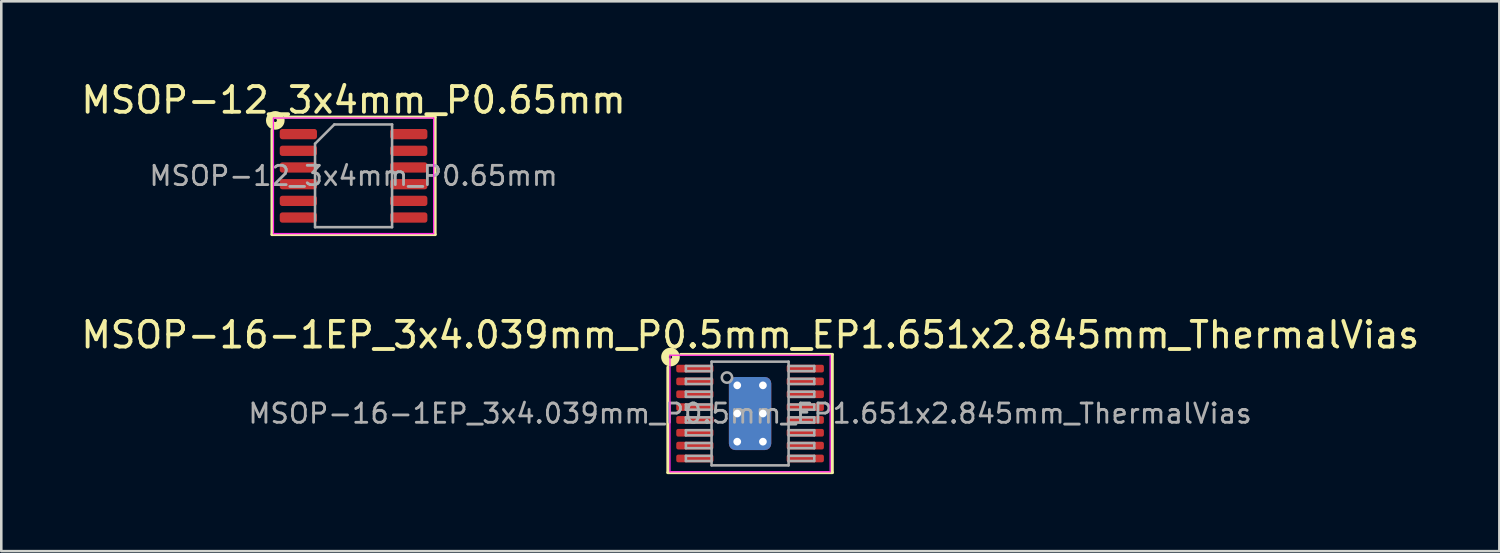
<source format=kicad_pcb>
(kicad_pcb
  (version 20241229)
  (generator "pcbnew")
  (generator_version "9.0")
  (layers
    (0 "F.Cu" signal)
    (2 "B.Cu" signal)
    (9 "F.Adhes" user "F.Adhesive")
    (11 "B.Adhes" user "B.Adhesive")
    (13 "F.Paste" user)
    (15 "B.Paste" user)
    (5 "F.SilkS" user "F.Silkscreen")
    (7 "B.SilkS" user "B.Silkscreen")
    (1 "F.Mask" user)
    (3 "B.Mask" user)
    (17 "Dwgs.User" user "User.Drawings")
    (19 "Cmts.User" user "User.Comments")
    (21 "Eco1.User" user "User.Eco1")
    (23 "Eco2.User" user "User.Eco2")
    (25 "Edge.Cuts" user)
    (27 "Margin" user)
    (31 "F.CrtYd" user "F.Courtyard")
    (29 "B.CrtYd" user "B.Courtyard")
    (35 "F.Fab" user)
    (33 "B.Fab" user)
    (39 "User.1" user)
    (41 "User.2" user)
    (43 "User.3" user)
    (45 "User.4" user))
  (footprint "MSOP-12_3x4mm_P0.65mm"
    (layer "F.Cu")
    (at 10.72 3.798)
    (property "Reference" "MSOP-12_3x4mm_P0.65mm" (at 0 -2.95 0) (layer "F.SilkS") (effects (font (size 1 1) (thickness 0.15))))
    (attr smd)
    (fp_line (start -3.175 2.286) (end -3.175 -1.778) (stroke (width 0.12) (type solid)) (layer "F.SilkS"))
    (fp_line (start -2.667 -2.286) (end 3.111 -2.286) (stroke (width 0.12) (type solid)) (layer "F.SilkS"))
    (fp_line (start 3.111 -2.286) (end 3.175 -2.286) (stroke (width 0.12) (type solid)) (layer "F.SilkS"))
    (fp_line (start 3.175 -2.286) (end 3.175 2.286) (stroke (width 0.12) (type solid)) (layer "F.SilkS"))
    (fp_line (start 3.175 2.286) (end -3.175 2.286) (stroke (width 0.12) (type solid)) (layer "F.SilkS"))
    (fp_circle (center -3.048 -2.159) (end -2.985 -2.159) (stroke (width 0.3) (type solid)) (fill no) (layer "F.SilkS"))
    (fp_line (start -3.12 -2.25) (end -3.12 2.25) (stroke (width 0.05) (type solid)) (layer "F.CrtYd"))
    (fp_line (start -3.12 2.25) (end 3.12 2.25) (stroke (width 0.05) (type solid)) (layer "F.CrtYd"))
    (fp_line (start 3.12 -2.25) (end -3.12 -2.25) (stroke (width 0.05) (type solid)) (layer "F.CrtYd"))
    (fp_line (start 3.12 2.25) (end 3.12 -2.25) (stroke (width 0.05) (type solid)) (layer "F.CrtYd"))
    (fp_line (start -1.5 -1.25) (end -0.75 -2) (stroke (width 0.1) (type solid)) (layer "F.Fab"))
    (fp_line (start -1.5 2) (end -1.5 -1.25) (stroke (width 0.1) (type solid)) (layer "F.Fab"))
    (fp_line (start -0.75 -2) (end 1.5 -2) (stroke (width 0.1) (type solid)) (layer "F.Fab"))
    (fp_line (start 1.5 -2) (end 1.5 2) (stroke (width 0.1) (type solid)) (layer "F.Fab"))
    (fp_line (start 1.5 2) (end -1.5 2) (stroke (width 0.1) (type solid)) (layer "F.Fab"))
    (fp_text user "${REFERENCE}" (at 0 0 0) (layer "F.Fab") (effects (font (size 0.75 0.75) (thickness 0.11))))
    (pad "1" smd roundrect (at -2.15 -1.625) (size 1.45 0.4) (layers "F.Cu" "F.Mask" "F.Paste") (roundrect_rratio 0.25))
    (pad "2" smd roundrect (at -2.15 -0.975) (size 1.45 0.4) (layers "F.Cu" "F.Mask" "F.Paste") (roundrect_rratio 0.25))
    (pad "3" smd roundrect (at -2.15 -0.325) (size 1.45 0.4) (layers "F.Cu" "F.Mask" "F.Paste") (roundrect_rratio 0.25))
    (pad "4" smd roundrect (at -2.15 0.325) (size 1.45 0.4) (layers "F.Cu" "F.Mask" "F.Paste") (roundrect_rratio 0.25))
    (pad "5" smd roundrect (at -2.15 0.975) (size 1.45 0.4) (layers "F.Cu" "F.Mask" "F.Paste") (roundrect_rratio 0.25))
    (pad "6" smd roundrect (at -2.15 1.625) (size 1.45 0.4) (layers "F.Cu" "F.Mask" "F.Paste") (roundrect_rratio 0.25))
    (pad "7" smd roundrect (at 2.15 1.625) (size 1.45 0.4) (layers "F.Cu" "F.Mask" "F.Paste") (roundrect_rratio 0.25))
    (pad "8" smd roundrect (at 2.15 0.975) (size 1.45 0.4) (layers "F.Cu" "F.Mask" "F.Paste") (roundrect_rratio 0.25))
    (pad "9" smd roundrect (at 2.15 0.325) (size 1.45 0.4) (layers "F.Cu" "F.Mask" "F.Paste") (roundrect_rratio 0.25))
    (pad "10" smd roundrect (at 2.15 -0.325) (size 1.45 0.4) (layers "F.Cu" "F.Mask" "F.Paste") (roundrect_rratio 0.25))
    (pad "11" smd roundrect (at 2.15 -0.975) (size 1.45 0.4) (layers "F.Cu" "F.Mask" "F.Paste") (roundrect_rratio 0.25))
    (pad "12" smd roundrect (at 2.15 -1.625) (size 1.45 0.4) (layers "F.Cu" "F.Mask" "F.Paste") (roundrect_rratio 0.25)))
  (footprint "MSOP-16-1EP_3x4.039mm_P0.5mm_EP1.651x2.845mm_ThermalVias"
    (layer "F.Cu")
    (at 26.163 13.055)
    (property "Reference" "MSOP-16-1EP_3x4.039mm_P0.5mm_EP1.651x2.845mm_ThermalVias" (at 0.009 -3.062 0) (layer "F.SilkS") (effects (font (size 1 1) (thickness 0.15))))
    (attr smd)
    (fp_line (start -3.2 2.3) (end -3.2 -1.8) (stroke (width 0.12) (type solid)) (layer "F.SilkS"))
    (fp_line (start -2.7 -2.3) (end 3.2 -2.3) (stroke (width 0.12) (type solid)) (layer "F.SilkS"))
    (fp_line (start 3.2 -2.3) (end 3.2 2.3) (stroke (width 0.12) (type solid)) (layer "F.SilkS"))
    (fp_line (start 3.2 2.3) (end -3.2 2.3) (stroke (width 0.12) (type solid)) (layer "F.SilkS"))
    (fp_circle (center -3.1 -2.2) (end -3.037 -2.2) (stroke (width 0.3) (type solid)) (fill no) (layer "F.SilkS"))
    (fp_line (start -3.12 -2.27) (end -3.12 2.27) (stroke (width 0.05) (type solid)) (layer "F.CrtYd"))
    (fp_line (start -3.12 2.27) (end 3.12 2.27) (stroke (width 0.05) (type solid)) (layer "F.CrtYd"))
    (fp_line (start 3.12 -2.27) (end -3.12 -2.27) (stroke (width 0.05) (type solid)) (layer "F.CrtYd"))
    (fp_line (start 3.12 2.27) (end 3.12 -2.27) (stroke (width 0.05) (type solid)) (layer "F.CrtYd"))
    (fp_line (start -2.5 -1.85) (end -2.5 -1.65) (stroke (width 0.1) (type solid)) (layer "F.Fab"))
    (fp_line (start -2.5 -1.85) (end -1.5 -1.85) (stroke (width 0.1) (type solid)) (layer "F.Fab"))
    (fp_line (start -2.5 -1.65) (end -1.5 -1.65) (stroke (width 0.1) (type solid)) (layer "F.Fab"))
    (fp_line (start -2.5 -1.35) (end -2.5 -1.15) (stroke (width 0.1) (type solid)) (layer "F.Fab"))
    (fp_line (start -2.5 -1.35) (end -1.5 -1.35) (stroke (width 0.1) (type solid)) (layer "F.Fab"))
    (fp_line (start -2.5 -1.15) (end -1.5 -1.15) (stroke (width 0.1) (type solid)) (layer "F.Fab"))
    (fp_line (start -2.5 -0.85) (end -2.5 -0.65) (stroke (width 0.1) (type solid)) (layer "F.Fab"))
    (fp_line (start -2.5 -0.85) (end -1.5 -0.85) (stroke (width 0.1) (type solid)) (layer "F.Fab"))
    (fp_line (start -2.5 -0.65) (end -1.5 -0.65) (stroke (width 0.1) (type solid)) (layer "F.Fab"))
    (fp_line (start -2.5 -0.35) (end -2.5 -0.15) (stroke (width 0.1) (type solid)) (layer "F.Fab"))
    (fp_line (start -2.5 -0.35) (end -1.5 -0.35) (stroke (width 0.1) (type solid)) (layer "F.Fab"))
    (fp_line (start -2.5 -0.15) (end -1.5 -0.15) (stroke (width 0.1) (type solid)) (layer "F.Fab"))
    (fp_line (start -2.5 0.15) (end -2.5 0.35) (stroke (width 0.1) (type solid)) (layer "F.Fab"))
    (fp_line (start -2.5 0.15) (end -1.5 0.15) (stroke (width 0.1) (type solid)) (layer "F.Fab"))
    (fp_line (start -2.5 0.35) (end -1.5 0.35) (stroke (width 0.1) (type solid)) (layer "F.Fab"))
    (fp_line (start -2.5 0.65) (end -2.5 0.85) (stroke (width 0.1) (type solid)) (layer "F.Fab"))
    (fp_line (start -2.5 0.65) (end -1.5 0.65) (stroke (width 0.1) (type solid)) (layer "F.Fab"))
    (fp_line (start -2.5 0.85) (end -1.5 0.85) (stroke (width 0.1) (type solid)) (layer "F.Fab"))
    (fp_line (start -2.5 1.15) (end -2.5 1.35) (stroke (width 0.1) (type solid)) (layer "F.Fab"))
    (fp_line (start -2.5 1.15) (end -1.5 1.15) (stroke (width 0.1) (type solid)) (layer "F.Fab"))
    (fp_line (start -2.5 1.35) (end -1.5 1.35) (stroke (width 0.1) (type solid)) (layer "F.Fab"))
    (fp_line (start -2.5 1.65) (end -2.5 1.85) (stroke (width 0.1) (type solid)) (layer "F.Fab"))
    (fp_line (start -2.5 1.65) (end -1.5 1.65) (stroke (width 0.1) (type solid)) (layer "F.Fab"))
    (fp_line (start -2.5 1.85) (end -1.5 1.85) (stroke (width 0.1) (type solid)) (layer "F.Fab"))
    (fp_line (start -1.5 -2.019) (end 1.5 -2.019) (stroke (width 0.1) (type solid)) (layer "F.Fab"))
    (fp_line (start -1.5 2.019) (end -1.5 -2.019) (stroke (width 0.1) (type solid)) (layer "F.Fab"))
    (fp_line (start 1.5 -2.019) (end 1.5 2.019) (stroke (width 0.1) (type solid)) (layer "F.Fab"))
    (fp_line (start 1.5 2.019) (end -1.5 2.019) (stroke (width 0.1) (type solid)) (layer "F.Fab"))
    (fp_line (start 2.5 -1.85) (end 1.5 -1.85) (stroke (width 0.1) (type solid)) (layer "F.Fab"))
    (fp_line (start 2.5 -1.65) (end 1.5 -1.65) (stroke (width 0.1) (type solid)) (layer "F.Fab"))
    (fp_line (start 2.5 -1.65) (end 2.5 -1.85) (stroke (width 0.1) (type solid)) (layer "F.Fab"))
    (fp_line (start 2.5 -1.35) (end 1.5 -1.35) (stroke (width 0.1) (type solid)) (layer "F.Fab"))
    (fp_line (start 2.5 -1.15) (end 1.5 -1.15) (stroke (width 0.1) (type solid)) (layer "F.Fab"))
    (fp_line (start 2.5 -1.15) (end 2.5 -1.35) (stroke (width 0.1) (type solid)) (layer "F.Fab"))
    (fp_line (start 2.5 -0.85) (end 1.5 -0.85) (stroke (width 0.1) (type solid)) (layer "F.Fab"))
    (fp_line (start 2.5 -0.65) (end 1.5 -0.65) (stroke (width 0.1) (type solid)) (layer "F.Fab"))
    (fp_line (start 2.5 -0.65) (end 2.5 -0.85) (stroke (width 0.1) (type solid)) (layer "F.Fab"))
    (fp_line (start 2.5 -0.35) (end 1.5 -0.35) (stroke (width 0.1) (type solid)) (layer "F.Fab"))
    (fp_line (start 2.5 -0.15) (end 1.5 -0.15) (stroke (width 0.1) (type solid)) (layer "F.Fab"))
    (fp_line (start 2.5 -0.15) (end 2.5 -0.35) (stroke (width 0.1) (type solid)) (layer "F.Fab"))
    (fp_line (start 2.5 0.15) (end 1.5 0.15) (stroke (width 0.1) (type solid)) (layer "F.Fab"))
    (fp_line (start 2.5 0.35) (end 1.5 0.35) (stroke (width 0.1) (type solid)) (layer "F.Fab"))
    (fp_line (start 2.5 0.35) (end 2.5 0.15) (stroke (width 0.1) (type solid)) (layer "F.Fab"))
    (fp_line (start 2.5 0.65) (end 1.5 0.65) (stroke (width 0.1) (type solid)) (layer "F.Fab"))
    (fp_line (start 2.5 0.85) (end 1.5 0.85) (stroke (width 0.1) (type solid)) (layer "F.Fab"))
    (fp_line (start 2.5 0.85) (end 2.5 0.65) (stroke (width 0.1) (type solid)) (layer "F.Fab"))
    (fp_line (start 2.5 1.15) (end 1.5 1.15) (stroke (width 0.1) (type solid)) (layer "F.Fab"))
    (fp_line (start 2.5 1.35) (end 1.5 1.35) (stroke (width 0.1) (type solid)) (layer "F.Fab"))
    (fp_line (start 2.5 1.35) (end 2.5 1.15) (stroke (width 0.1) (type solid)) (layer "F.Fab"))
    (fp_line (start 2.5 1.65) (end 1.5 1.65) (stroke (width 0.1) (type solid)) (layer "F.Fab"))
    (fp_line (start 2.5 1.85) (end 1.5 1.85) (stroke (width 0.1) (type solid)) (layer "F.Fab"))
    (fp_line (start 2.5 1.85) (end 2.5 1.65) (stroke (width 0.1) (type solid)) (layer "F.Fab"))
    (fp_circle (center -0.9 -1.4) (end -0.7 -1.4) (stroke (width 0.1) (type solid)) (fill no) (layer "F.Fab"))
    (fp_text user "${REFERENCE}" (at 0 0 0) (layer "F.Fab") (effects (font (size 0.75 0.75) (thickness 0.11))))
    (pad "" smd roundrect (at -0.415 -0.71) (size 0.69 1.19) (layers "F.Paste") (roundrect_rratio 0.25))
    (pad "" smd roundrect (at -0.415 0.71) (size 0.69 1.19) (layers "F.Paste") (roundrect_rratio 0.25))
    (pad "" smd roundrect (at 0.415 -0.71) (size 0.69 1.19) (layers "F.Paste") (roundrect_rratio 0.25))
    (pad "" smd roundrect (at 0.415 0.71) (size 0.69 1.19) (layers "F.Paste") (roundrect_rratio 0.25))
    (pad "1" smd roundrect (at -2.15 -1.75) (size 1.45 0.3) (layers "F.Cu" "F.Mask" "F.Paste") (roundrect_rratio 0.25))
    (pad "2" smd roundrect (at -2.15 -1.25) (size 1.45 0.3) (layers "F.Cu" "F.Mask" "F.Paste") (roundrect_rratio 0.25))
    (pad "3" smd roundrect (at -2.15 -0.75) (size 1.45 0.3) (layers "F.Cu" "F.Mask" "F.Paste") (roundrect_rratio 0.25))
    (pad "4" smd roundrect (at -2.15 -0.25) (size 1.45 0.3) (layers "F.Cu" "F.Mask" "F.Paste") (roundrect_rratio 0.25))
    (pad "5" smd roundrect (at -2.15 0.25) (size 1.45 0.3) (layers "F.Cu" "F.Mask" "F.Paste") (roundrect_rratio 0.25))
    (pad "6" smd roundrect (at -2.15 0.75) (size 1.45 0.3) (layers "F.Cu" "F.Mask" "F.Paste") (roundrect_rratio 0.25))
    (pad "7" smd roundrect (at -2.15 1.25) (size 1.45 0.3) (layers "F.Cu" "F.Mask" "F.Paste") (roundrect_rratio 0.25))
    (pad "8" smd roundrect (at -2.15 1.75) (size 1.45 0.3) (layers "F.Cu" "F.Mask" "F.Paste") (roundrect_rratio 0.25))
    (pad "9" smd roundrect (at 2.15 1.75) (size 1.45 0.3) (layers "F.Cu" "F.Mask" "F.Paste") (roundrect_rratio 0.25))
    (pad "10" smd roundrect (at 2.15 1.25) (size 1.45 0.3) (layers "F.Cu" "F.Mask" "F.Paste") (roundrect_rratio 0.25))
    (pad "11" smd roundrect (at 2.15 0.75) (size 1.45 0.3) (layers "F.Cu" "F.Mask" "F.Paste") (roundrect_rratio 0.25))
    (pad "12" smd roundrect (at 2.15 0.25) (size 1.45 0.3) (layers "F.Cu" "F.Mask" "F.Paste") (roundrect_rratio 0.25))
    (pad "13" smd roundrect (at 2.15 -0.25) (size 1.45 0.3) (layers "F.Cu" "F.Mask" "F.Paste") (roundrect_rratio 0.25))
    (pad "14" smd roundrect (at 2.15 -0.75) (size 1.45 0.3) (layers "F.Cu" "F.Mask" "F.Paste") (roundrect_rratio 0.25))
    (pad "15" smd roundrect (at 2.15 -1.25) (size 1.45 0.3) (layers "F.Cu" "F.Mask" "F.Paste") (roundrect_rratio 0.25))
    (pad "16" smd roundrect (at 2.15 -1.75) (size 1.45 0.3) (layers "F.Cu" "F.Mask" "F.Paste") (roundrect_rratio 0.25))
    (pad "17" thru_hole circle (at -0.5 -1.097) (size 0.6 0.6) (drill 0.3) (property pad_prop_heatsink) (layers "*.Cu"))
    (pad "17" thru_hole circle (at -0.5 0) (size 0.6 0.6) (drill 0.3) (property pad_prop_heatsink) (layers "*.Cu"))
    (pad "17" thru_hole circle (at -0.5 1.097) (size 0.6 0.6) (drill 0.3) (property pad_prop_heatsink) (layers "*.Cu"))
    (pad "17" smd roundrect (at 0 0) (size 1.651 2.845) (layers "F.Cu" "F.Mask") (roundrect_rratio 0.151))
    (pad "17" smd roundrect (at 0 0) (size 1.651 2.845) (layers "B.Cu" "B.Mask") (roundrect_rratio 0.151))
    (pad "17" thru_hole circle (at 0.5 -1.097) (size 0.6 0.6) (drill 0.3) (property pad_prop_heatsink) (layers "*.Cu"))
    (pad "17" thru_hole circle (at 0.5 0) (size 0.6 0.6) (drill 0.3) (property pad_prop_heatsink) (layers "*.Cu"))
    (pad "17" thru_hole circle (at 0.5 1.097) (size 0.6 0.6) (drill 0.3) (property pad_prop_heatsink) (layers "*.Cu")))
  (gr_rect
    (start -3 -3)
    (end 55.345 18.415)
    (stroke (width 0.1) (type default))
    (fill no)
    (layer "Edge.Cuts")))
</source>
